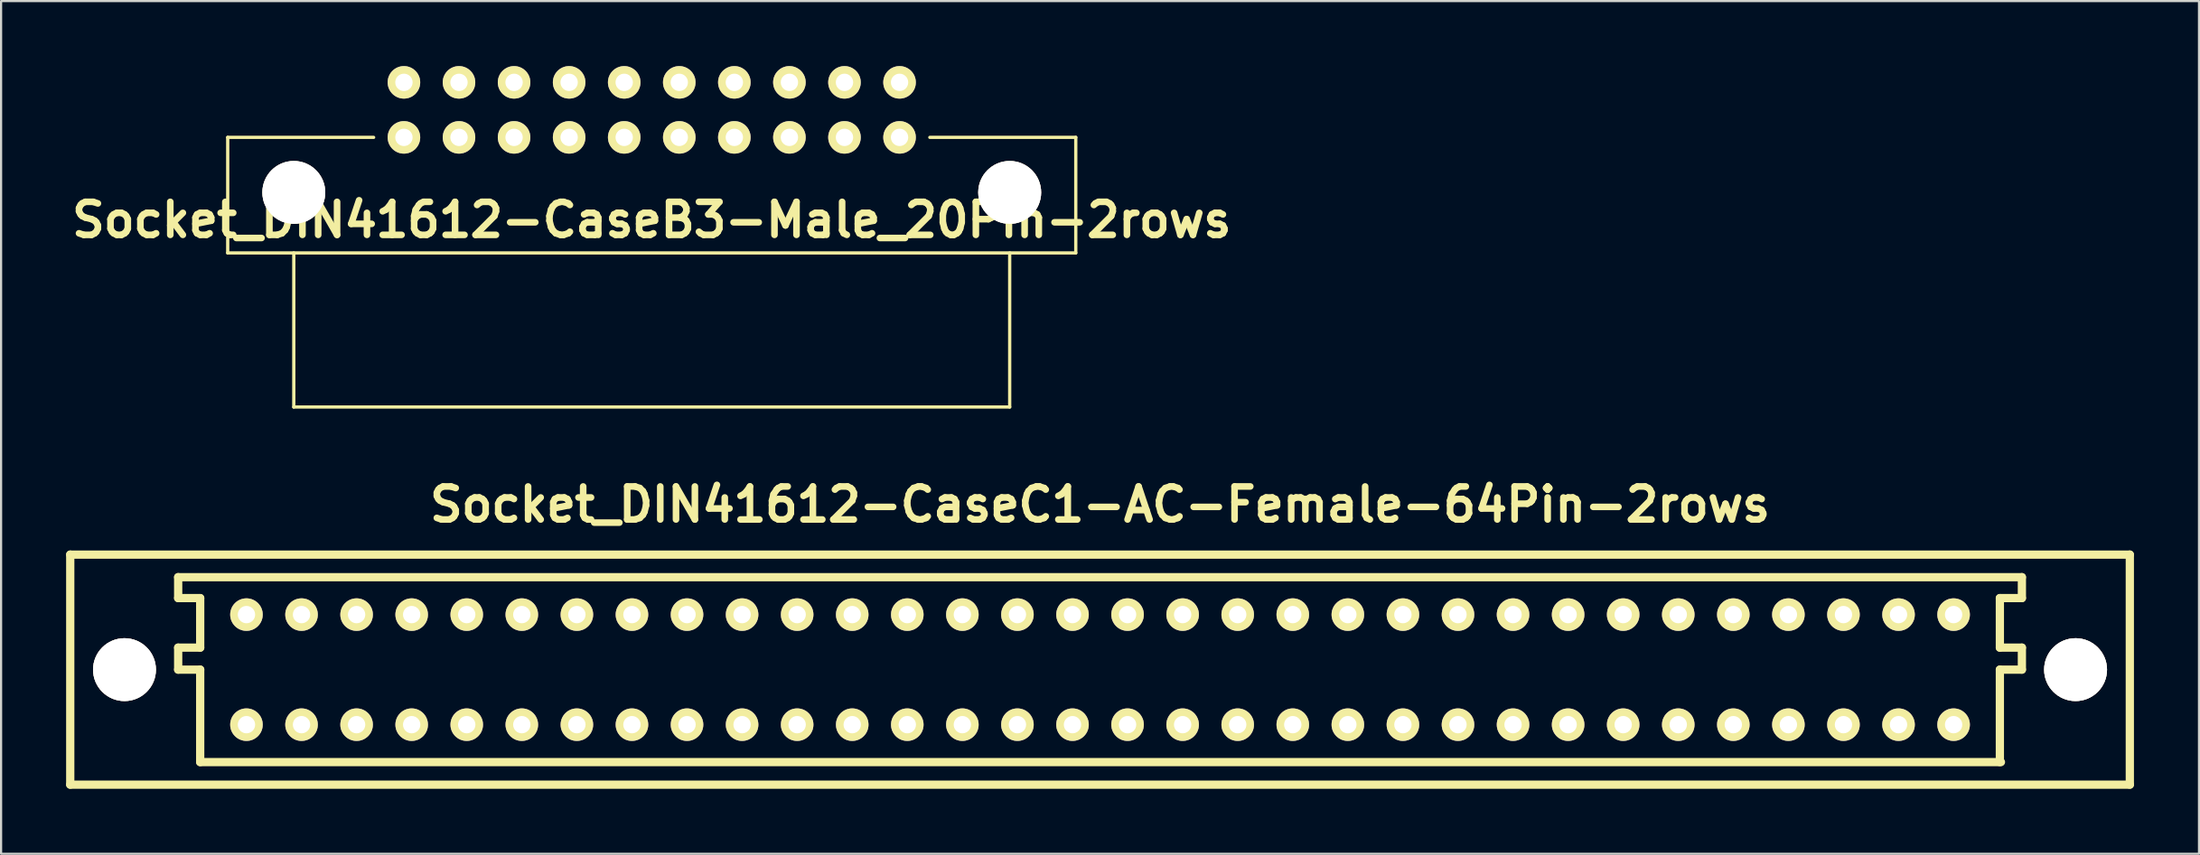
<source format=kicad_pcb>
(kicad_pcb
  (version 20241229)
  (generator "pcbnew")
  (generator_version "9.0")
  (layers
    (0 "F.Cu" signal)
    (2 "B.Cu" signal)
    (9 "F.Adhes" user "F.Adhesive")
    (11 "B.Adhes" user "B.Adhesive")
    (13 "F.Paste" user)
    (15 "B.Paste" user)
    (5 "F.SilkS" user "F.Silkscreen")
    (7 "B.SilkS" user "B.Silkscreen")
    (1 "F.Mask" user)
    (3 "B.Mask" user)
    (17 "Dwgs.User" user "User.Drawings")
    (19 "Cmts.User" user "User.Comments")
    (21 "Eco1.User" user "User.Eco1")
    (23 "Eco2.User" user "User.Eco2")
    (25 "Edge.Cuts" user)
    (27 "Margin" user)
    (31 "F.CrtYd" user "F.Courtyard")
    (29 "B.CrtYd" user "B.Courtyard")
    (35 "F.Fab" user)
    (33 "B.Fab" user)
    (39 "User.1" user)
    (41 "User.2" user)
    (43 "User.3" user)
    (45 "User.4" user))
  (footprint "Socket_DIN41612-CaseB3-Male_20Pin-2rows"
    (layer "F.Cu")
    (at 27.011 2.021)
    (property "Reference" "Socket_DIN41612-CaseB3-Male_20Pin-2rows" (at 0 5.08 0) (layer "F.SilkS") (effects (font (size 1.524 1.524) (thickness 0.305))))
    (attr through_hole)
    (fp_line (start -19.558 1.27) (end -12.827 1.27) (stroke (width 0.15) (type solid)) (layer "F.SilkS"))
    (fp_line (start -19.558 6.604) (end -19.558 1.27) (stroke (width 0.15) (type solid)) (layer "F.SilkS"))
    (fp_line (start -16.51 13.716) (end -16.51 6.604) (stroke (width 0.15) (type solid)) (layer "F.SilkS"))
    (fp_line (start 16.51 6.604) (end 16.51 13.716) (stroke (width 0.15) (type solid)) (layer "F.SilkS"))
    (fp_line (start 16.51 13.716) (end -16.51 13.716) (stroke (width 0.15) (type solid)) (layer "F.SilkS"))
    (fp_line (start 19.558 1.27) (end 12.827 1.27) (stroke (width 0.15) (type solid)) (layer "F.SilkS"))
    (fp_line (start 19.558 1.27) (end 19.558 6.604) (stroke (width 0.15) (type solid)) (layer "F.SilkS"))
    (fp_line (start 19.558 6.604) (end -19.558 6.604) (stroke (width 0.15) (type solid)) (layer "F.SilkS"))
    (pad "1" thru_hole circle (at -16.51 3.81) (size 2.901 2.901) (drill 2.901) (layers "*.Cu" "*.Mask" "F.SilkS"))
    (pad "1" thru_hole circle (at 16.51 3.81) (size 2.901 2.901) (drill 2.901) (layers "*.Cu" "*.Mask" "F.SilkS"))
    (pad "1a" thru_hole circle (at 11.43 -1.27 180) (size 1.501 1.501) (drill 0.8) (layers "*.Cu" "*.Mask" "F.SilkS"))
    (pad "1b" thru_hole circle (at 11.43 1.27 180) (size 1.501 1.501) (drill 0.8) (layers "*.Cu" "*.Mask" "F.SilkS"))
    (pad "2a" thru_hole circle (at 8.89 -1.27 180) (size 1.501 1.501) (drill 0.8) (layers "*.Cu" "*.Mask" "F.SilkS"))
    (pad "2b" thru_hole circle (at 8.89 1.27 180) (size 1.501 1.501) (drill 0.8) (layers "*.Cu" "*.Mask" "F.SilkS"))
    (pad "3a" thru_hole circle (at 6.35 -1.27 180) (size 1.501 1.501) (drill 0.8) (layers "*.Cu" "*.Mask" "F.SilkS"))
    (pad "3b" thru_hole circle (at 6.35 1.27 180) (size 1.501 1.501) (drill 0.8) (layers "*.Cu" "*.Mask" "F.SilkS"))
    (pad "4a" thru_hole circle (at 3.81 -1.27 180) (size 1.501 1.501) (drill 0.8) (layers "*.Cu" "*.Mask" "F.SilkS"))
    (pad "4b" thru_hole circle (at 3.81 1.27 180) (size 1.501 1.501) (drill 0.8) (layers "*.Cu" "*.Mask" "F.SilkS"))
    (pad "5a" thru_hole circle (at 1.27 -1.27 180) (size 1.501 1.501) (drill 0.8) (layers "*.Cu" "*.Mask" "F.SilkS"))
    (pad "5b" thru_hole circle (at 1.27 1.27 180) (size 1.501 1.501) (drill 0.8) (layers "*.Cu" "*.Mask" "F.SilkS"))
    (pad "6a" thru_hole circle (at -1.27 -1.27 180) (size 1.501 1.501) (drill 0.8) (layers "*.Cu" "*.Mask" "F.SilkS"))
    (pad "6b" thru_hole circle (at -1.27 1.27 180) (size 1.501 1.501) (drill 0.8) (layers "*.Cu" "*.Mask" "F.SilkS"))
    (pad "7a" thru_hole circle (at -3.81 -1.27 180) (size 1.501 1.501) (drill 0.8) (layers "*.Cu" "*.Mask" "F.SilkS"))
    (pad "7b" thru_hole circle (at -3.81 1.27 180) (size 1.501 1.501) (drill 0.8) (layers "*.Cu" "*.Mask" "F.SilkS"))
    (pad "8a" thru_hole circle (at -6.35 -1.27 180) (size 1.501 1.501) (drill 0.8) (layers "*.Cu" "*.Mask" "F.SilkS"))
    (pad "8b" thru_hole circle (at -6.35 1.27 180) (size 1.501 1.501) (drill 0.8) (layers "*.Cu" "*.Mask" "F.SilkS"))
    (pad "9a" thru_hole circle (at -8.89 -1.27 180) (size 1.501 1.501) (drill 0.8) (layers "*.Cu" "*.Mask" "F.SilkS"))
    (pad "9b" thru_hole circle (at -8.89 1.27 180) (size 1.501 1.501) (drill 0.8) (layers "*.Cu" "*.Mask" "F.SilkS"))
    (pad "10a" thru_hole circle (at -11.43 -1.27 180) (size 1.501 1.501) (drill 0.8) (layers "*.Cu" "*.Mask" "F.SilkS"))
    (pad "10b" thru_hole circle (at -11.43 1.27 180) (size 1.501 1.501) (drill 0.8) (layers "*.Cu" "*.Mask" "F.SilkS")))
  (footprint "Socket_DIN41612-CaseC1-AC-Female-64Pin-2rows"
    (layer "F.Cu")
    (at 47.688 27.858)
    (property "Reference" "Socket_DIN41612-CaseC1-AC-Female-64Pin-2rows" (at 0 -7.62 0) (layer "F.SilkS") (effects (font (size 1.524 1.524) (thickness 0.305))))
    (attr through_hole)
    (fp_line (start -47.498 -5.309) (end -47.498 5.309) (stroke (width 0.381) (type solid)) (layer "F.SilkS"))
    (fp_line (start -47.498 5.309) (end 47.498 5.309) (stroke (width 0.381) (type solid)) (layer "F.SilkS"))
    (fp_line (start -42.52 -3.302) (end -42.52 -4.267) (stroke (width 0.381) (type solid)) (layer "F.SilkS"))
    (fp_line (start -42.52 -1.016) (end -41.504 -1.016) (stroke (width 0.381) (type solid)) (layer "F.SilkS"))
    (fp_line (start -42.52 0) (end -42.52 -1.016) (stroke (width 0.381) (type solid)) (layer "F.SilkS"))
    (fp_line (start -41.504 -3.302) (end -42.52 -3.302) (stroke (width 0.381) (type solid)) (layer "F.SilkS"))
    (fp_line (start -41.504 -1.016) (end -41.504 -3.302) (stroke (width 0.381) (type solid)) (layer "F.SilkS"))
    (fp_line (start -41.504 0) (end -42.52 0) (stroke (width 0.381) (type solid)) (layer "F.SilkS"))
    (fp_line (start -41.504 4.267) (end -41.504 0) (stroke (width 0.381) (type solid)) (layer "F.SilkS"))
    (fp_line (start -41.504 4.267) (end 41.554 4.267) (stroke (width 0.381) (type solid)) (layer "F.SilkS"))
    (fp_line (start 41.504 -3.302) (end 42.52 -3.302) (stroke (width 0.381) (type solid)) (layer "F.SilkS"))
    (fp_line (start 41.504 -1.016) (end 41.504 -3.302) (stroke (width 0.381) (type solid)) (layer "F.SilkS"))
    (fp_line (start 41.504 0) (end 42.52 0) (stroke (width 0.381) (type solid)) (layer "F.SilkS"))
    (fp_line (start 41.504 4.267) (end 41.504 0) (stroke (width 0.381) (type solid)) (layer "F.SilkS"))
    (fp_line (start 42.52 -4.267) (end -42.52 -4.267) (stroke (width 0.381) (type solid)) (layer "F.SilkS"))
    (fp_line (start 42.52 -3.302) (end 42.52 -4.267) (stroke (width 0.381) (type solid)) (layer "F.SilkS"))
    (fp_line (start 42.52 -1.016) (end 41.504 -1.016) (stroke (width 0.381) (type solid)) (layer "F.SilkS"))
    (fp_line (start 42.52 0) (end 42.52 -1.016) (stroke (width 0.381) (type solid)) (layer "F.SilkS"))
    (fp_line (start 47.498 -5.309) (end -47.498 -5.309) (stroke (width 0.381) (type solid)) (layer "F.SilkS"))
    (fp_line (start 47.498 5.309) (end 47.498 -5.309) (stroke (width 0.381) (type solid)) (layer "F.SilkS"))
    (pad "1" thru_hole circle (at -44.996 0) (size 2.901 2.901) (drill 2.901) (layers "*.Cu" "*.Mask" "F.SilkS"))
    (pad "1" thru_hole circle (at 44.996 0) (size 2.901 2.901) (drill 2.901) (layers "*.Cu" "*.Mask" "F.SilkS"))
    (pad "1a" thru_hole circle (at 39.37 -2.54 180) (size 1.501 1.501) (drill 0.8) (layers "*.Cu" "*.Mask" "F.SilkS"))
    (pad "1c" thru_hole circle (at 39.37 2.54 180) (size 1.501 1.501) (drill 0.8) (layers "*.Cu" "*.Mask" "F.SilkS"))
    (pad "2a" thru_hole circle (at 36.83 -2.54 180) (size 1.501 1.501) (drill 0.8) (layers "*.Cu" "*.Mask" "F.SilkS"))
    (pad "2c" thru_hole circle (at 36.83 2.54 180) (size 1.501 1.501) (drill 0.8) (layers "*.Cu" "*.Mask" "F.SilkS"))
    (pad "3a" thru_hole circle (at 34.29 -2.54 180) (size 1.501 1.501) (drill 0.8) (layers "*.Cu" "*.Mask" "F.SilkS"))
    (pad "3c" thru_hole circle (at 34.29 2.54 180) (size 1.501 1.501) (drill 0.8) (layers "*.Cu" "*.Mask" "F.SilkS"))
    (pad "4a" thru_hole circle (at 31.75 -2.54 180) (size 1.501 1.501) (drill 0.8) (layers "*.Cu" "*.Mask" "F.SilkS"))
    (pad "4c" thru_hole circle (at 31.75 2.54 180) (size 1.501 1.501) (drill 0.8) (layers "*.Cu" "*.Mask" "F.SilkS"))
    (pad "5a" thru_hole circle (at 29.21 -2.54 180) (size 1.501 1.501) (drill 0.8) (layers "*.Cu" "*.Mask" "F.SilkS"))
    (pad "5c" thru_hole circle (at 29.21 2.54 180) (size 1.501 1.501) (drill 0.8) (layers "*.Cu" "*.Mask" "F.SilkS"))
    (pad "6a" thru_hole circle (at 26.67 -2.54 180) (size 1.501 1.501) (drill 0.8) (layers "*.Cu" "*.Mask" "F.SilkS"))
    (pad "6c" thru_hole circle (at 26.67 2.54 180) (size 1.501 1.501) (drill 0.8) (layers "*.Cu" "*.Mask" "F.SilkS"))
    (pad "7a" thru_hole circle (at 24.13 -2.54 180) (size 1.501 1.501) (drill 0.8) (layers "*.Cu" "*.Mask" "F.SilkS"))
    (pad "7c" thru_hole circle (at 24.13 2.54 180) (size 1.501 1.501) (drill 0.8) (layers "*.Cu" "*.Mask" "F.SilkS"))
    (pad "8a" thru_hole circle (at 21.59 -2.54 180) (size 1.501 1.501) (drill 0.8) (layers "*.Cu" "*.Mask" "F.SilkS"))
    (pad "8c" thru_hole circle (at 21.59 2.54 180) (size 1.501 1.501) (drill 0.8) (layers "*.Cu" "*.Mask" "F.SilkS"))
    (pad "9a" thru_hole circle (at 19.05 -2.54 180) (size 1.501 1.501) (drill 0.8) (layers "*.Cu" "*.Mask" "F.SilkS"))
    (pad "9c" thru_hole circle (at 19.05 2.54 180) (size 1.501 1.501) (drill 0.8) (layers "*.Cu" "*.Mask" "F.SilkS"))
    (pad "10a" thru_hole circle (at 16.51 -2.54 180) (size 1.501 1.501) (drill 0.8) (layers "*.Cu" "*.Mask" "F.SilkS"))
    (pad "10c" thru_hole circle (at 16.51 2.54 180) (size 1.501 1.501) (drill 0.8) (layers "*.Cu" "*.Mask" "F.SilkS"))
    (pad "11a" thru_hole circle (at 13.97 -2.54 180) (size 1.501 1.501) (drill 0.8) (layers "*.Cu" "*.Mask" "F.SilkS"))
    (pad "11c" thru_hole circle (at 13.97 2.54 180) (size 1.501 1.501) (drill 0.8) (layers "*.Cu" "*.Mask" "F.SilkS"))
    (pad "12a" thru_hole circle (at 11.43 -2.54 180) (size 1.501 1.501) (drill 0.8) (layers "*.Cu" "*.Mask" "F.SilkS"))
    (pad "12c" thru_hole circle (at 11.43 2.54 180) (size 1.501 1.501) (drill 0.8) (layers "*.Cu" "*.Mask" "F.SilkS"))
    (pad "13a" thru_hole circle (at 8.89 -2.54 180) (size 1.501 1.501) (drill 0.8) (layers "*.Cu" "*.Mask" "F.SilkS"))
    (pad "13c" thru_hole circle (at 8.89 2.54 180) (size 1.501 1.501) (drill 0.8) (layers "*.Cu" "*.Mask" "F.SilkS"))
    (pad "14a" thru_hole circle (at 6.35 -2.54 180) (size 1.501 1.501) (drill 0.8) (layers "*.Cu" "*.Mask" "F.SilkS"))
    (pad "14c" thru_hole circle (at 6.35 2.54 180) (size 1.501 1.501) (drill 0.8) (layers "*.Cu" "*.Mask" "F.SilkS"))
    (pad "15a" thru_hole circle (at 3.81 -2.54 180) (size 1.501 1.501) (drill 0.8) (layers "*.Cu" "*.Mask" "F.SilkS"))
    (pad "15c" thru_hole circle (at 3.81 2.54 180) (size 1.501 1.501) (drill 0.8) (layers "*.Cu" "*.Mask" "F.SilkS"))
    (pad "16a" thru_hole circle (at 1.27 -2.54 180) (size 1.501 1.501) (drill 0.8) (layers "*.Cu" "*.Mask" "F.SilkS"))
    (pad "16c" thru_hole circle (at 1.27 2.54 180) (size 1.501 1.501) (drill 0.8) (layers "*.Cu" "*.Mask" "F.SilkS"))
    (pad "17a" thru_hole circle (at -1.27 -2.54 180) (size 1.501 1.501) (drill 0.8) (layers "*.Cu" "*.Mask" "F.SilkS"))
    (pad "17c" thru_hole circle (at -1.27 2.54 180) (size 1.501 1.501) (drill 0.8) (layers "*.Cu" "*.Mask" "F.SilkS"))
    (pad "18a" thru_hole circle (at -3.81 -2.54 180) (size 1.501 1.501) (drill 0.8) (layers "*.Cu" "*.Mask" "F.SilkS"))
    (pad "18c" thru_hole circle (at -3.81 2.54 180) (size 1.501 1.501) (drill 0.8) (layers "*.Cu" "*.Mask" "F.SilkS"))
    (pad "19a" thru_hole circle (at -6.35 -2.54 180) (size 1.501 1.501) (drill 0.8) (layers "*.Cu" "*.Mask" "F.SilkS"))
    (pad "19c" thru_hole circle (at -6.35 2.54 180) (size 1.501 1.501) (drill 0.8) (layers "*.Cu" "*.Mask" "F.SilkS"))
    (pad "20a" thru_hole circle (at -8.89 -2.54 180) (size 1.501 1.501) (drill 0.8) (layers "*.Cu" "*.Mask" "F.SilkS"))
    (pad "20c" thru_hole circle (at -8.89 2.54 180) (size 1.501 1.501) (drill 0.8) (layers "*.Cu" "*.Mask" "F.SilkS"))
    (pad "21a" thru_hole circle (at -11.43 -2.54 180) (size 1.501 1.501) (drill 0.8) (layers "*.Cu" "*.Mask" "F.SilkS"))
    (pad "21c" thru_hole circle (at -11.43 2.54 180) (size 1.501 1.501) (drill 0.8) (layers "*.Cu" "*.Mask" "F.SilkS"))
    (pad "22a" thru_hole circle (at -13.97 -2.54 180) (size 1.501 1.501) (drill 0.8) (layers "*.Cu" "*.Mask" "F.SilkS"))
    (pad "22c" thru_hole circle (at -13.97 2.54 180) (size 1.501 1.501) (drill 0.8) (layers "*.Cu" "*.Mask" "F.SilkS"))
    (pad "23a" thru_hole circle (at -16.51 -2.54 180) (size 1.501 1.501) (drill 0.8) (layers "*.Cu" "*.Mask" "F.SilkS"))
    (pad "23c" thru_hole circle (at -16.51 2.54 180) (size 1.501 1.501) (drill 0.8) (layers "*.Cu" "*.Mask" "F.SilkS"))
    (pad "24" thru_hole circle (at -19.05 -2.54 180) (size 1.501 1.501) (drill 0.8) (layers "*.Cu" "*.Mask" "F.SilkS"))
    (pad "24c" thru_hole circle (at -19.05 2.54 180) (size 1.501 1.501) (drill 0.8) (layers "*.Cu" "*.Mask" "F.SilkS"))
    (pad "25a" thru_hole circle (at -21.59 -2.54 180) (size 1.501 1.501) (drill 0.8) (layers "*.Cu" "*.Mask" "F.SilkS"))
    (pad "25c" thru_hole circle (at -21.59 2.54 180) (size 1.501 1.501) (drill 0.8) (layers "*.Cu" "*.Mask" "F.SilkS"))
    (pad "26a" thru_hole circle (at -24.13 -2.54 180) (size 1.501 1.501) (drill 0.8) (layers "*.Cu" "*.Mask" "F.SilkS"))
    (pad "26c" thru_hole circle (at -24.13 2.54 180) (size 1.501 1.501) (drill 0.8) (layers "*.Cu" "*.Mask" "F.SilkS"))
    (pad "27a" thru_hole circle (at -26.67 -2.54 180) (size 1.501 1.501) (drill 0.8) (layers "*.Cu" "*.Mask" "F.SilkS"))
    (pad "27c" thru_hole circle (at -26.67 2.54 180) (size 1.501 1.501) (drill 0.8) (layers "*.Cu" "*.Mask" "F.SilkS"))
    (pad "28a" thru_hole circle (at -29.21 -2.54 180) (size 1.501 1.501) (drill 0.8) (layers "*.Cu" "*.Mask" "F.SilkS"))
    (pad "28c" thru_hole circle (at -29.21 2.54 180) (size 1.501 1.501) (drill 0.8) (layers "*.Cu" "*.Mask" "F.SilkS"))
    (pad "29a" thru_hole circle (at -31.75 -2.54 180) (size 1.501 1.501) (drill 0.8) (layers "*.Cu" "*.Mask" "F.SilkS"))
    (pad "29c" thru_hole circle (at -31.75 2.54 180) (size 1.501 1.501) (drill 0.8) (layers "*.Cu" "*.Mask" "F.SilkS"))
    (pad "30a" thru_hole circle (at -34.29 -2.54 180) (size 1.501 1.501) (drill 0.8) (layers "*.Cu" "*.Mask" "F.SilkS"))
    (pad "30c" thru_hole circle (at -34.29 2.54 180) (size 1.501 1.501) (drill 0.8) (layers "*.Cu" "*.Mask" "F.SilkS"))
    (pad "31a" thru_hole circle (at -36.83 -2.54 180) (size 1.501 1.501) (drill 0.8) (layers "*.Cu" "*.Mask" "F.SilkS"))
    (pad "31c" thru_hole circle (at -36.83 2.54 180) (size 1.501 1.501) (drill 0.8) (layers "*.Cu" "*.Mask" "F.SilkS"))
    (pad "32a" thru_hole circle (at -39.37 -2.54 180) (size 1.501 1.501) (drill 0.8) (layers "*.Cu" "*.Mask" "F.SilkS"))
    (pad "32c" thru_hole circle (at -39.37 2.54 180) (size 1.501 1.501) (drill 0.8) (layers "*.Cu" "*.Mask" "F.SilkS")))
  (gr_rect
    (start -3 -3)
    (end 98.377 36.357)
    (stroke (width 0.1) (type default))
    (fill no)
    (layer "Edge.Cuts")))
</source>
